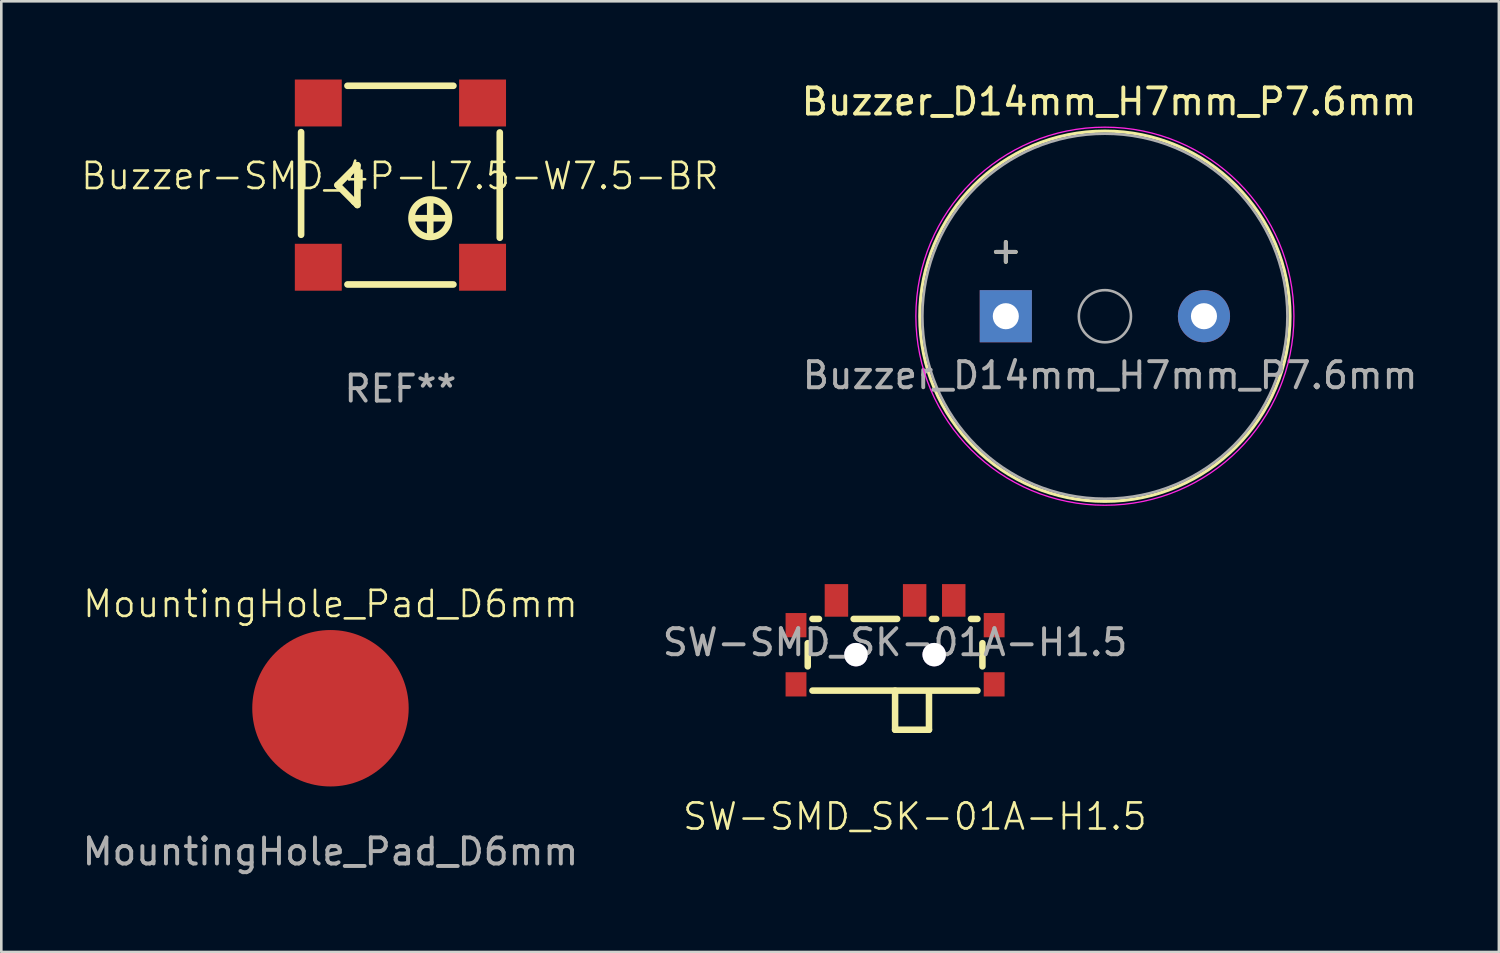
<source format=kicad_pcb>
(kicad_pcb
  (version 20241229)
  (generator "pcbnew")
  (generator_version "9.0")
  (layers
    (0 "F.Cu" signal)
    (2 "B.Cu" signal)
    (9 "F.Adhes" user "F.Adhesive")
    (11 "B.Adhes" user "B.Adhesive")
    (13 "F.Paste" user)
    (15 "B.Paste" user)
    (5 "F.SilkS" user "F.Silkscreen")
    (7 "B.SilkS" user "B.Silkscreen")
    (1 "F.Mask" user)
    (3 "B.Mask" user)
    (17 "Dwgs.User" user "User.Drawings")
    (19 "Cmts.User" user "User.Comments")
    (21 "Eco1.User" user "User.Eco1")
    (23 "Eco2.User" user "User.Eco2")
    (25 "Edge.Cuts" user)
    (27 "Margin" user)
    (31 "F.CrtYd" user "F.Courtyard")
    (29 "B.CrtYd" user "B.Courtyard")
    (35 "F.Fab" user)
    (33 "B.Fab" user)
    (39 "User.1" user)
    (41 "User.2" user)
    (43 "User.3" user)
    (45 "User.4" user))
  (footprint "Buzzer-SMD_4P-L7.5-W7.5-BR"
    (layer "F.Cu")
    (at 12.288 4.201)
    (property "Reference" "Buzzer-SMD_4P-L7.5-W7.5-BR" (at 0 -0.5 0) (unlocked yes) (layer "F.SilkS") (effects (font (size 1 1) (thickness 0.1))))
    (attr smd exclude_from_bom)
    (fp_line (start -3.79 1.754) (end -3.79 -2.183) (stroke (width 0.254) (type solid)) (layer "F.SilkS"))
    (fp_line (start -2.393 -0.151) (end -1.758 0.484) (stroke (width 0.254) (type solid)) (layer "F.SilkS"))
    (fp_line (start -2.012 -3.961) (end 2.052 -3.961) (stroke (width 0.254) (type solid)) (layer "F.SilkS"))
    (fp_line (start -1.758 0.484) (end -1.631 0.611) (stroke (width 0.254) (type solid)) (layer "F.SilkS"))
    (fp_line (start -1.631 -0.913) (end -2.393 -0.151) (stroke (width 0.254) (type solid)) (layer "F.SilkS"))
    (fp_line (start -1.631 0.611) (end -1.631 0.484) (stroke (width 0.254) (type solid)) (layer "F.SilkS"))
    (fp_line (start -1.631 0.484) (end -1.631 -0.913) (stroke (width 0.254) (type solid)) (layer "F.SilkS"))
    (fp_line (start 1.163 1.754) (end 1.163 0.484) (stroke (width 0.254) (type solid)) (layer "F.SilkS"))
    (fp_line (start 1.798 1.119) (end 0.528 1.119) (stroke (width 0.254) (type solid)) (layer "F.SilkS"))
    (fp_line (start 2.052 3.659) (end -2.012 3.659) (stroke (width 0.254) (type solid)) (layer "F.SilkS"))
    (fp_line (start 3.83 -2.17) (end 3.83 1.868) (stroke (width 0.254) (type solid)) (layer "F.SilkS"))
    (fp_circle (center 1.163 1.119) (end 1.881 1.119) (stroke (width 0.254) (type solid)) (fill no) (layer "F.SilkS"))
    (fp_text user "REF**" (at 0.02 7.659 0) (layer "F.Fab") (effects (font (size 1 1) (thickness 0.15))))
    (pad "1" smd rect (at 3.17 2.999) (size 1.8 1.8) (layers "F.Cu" "F.Mask" "F.Paste"))
    (pad "2" smd rect (at 3.17 -3.301) (size 1.8 1.8) (layers "F.Cu" "F.Mask" "F.Paste"))
    (pad "3" smd rect (at -3.13 -3.301) (size 1.8 1.8) (layers "F.Cu" "F.Mask" "F.Paste"))
    (pad "4" smd rect (at -3.13 2.999) (size 1.8 1.8) (layers "F.Cu" "F.Mask" "F.Paste")))
  (footprint "Buzzer_D14mm_H7mm_P7.6mm"
    (layer "F.Cu")
    (at 35.527 9.078)
    (property "Reference" "Buzzer_D14mm_H7mm_P7.6mm" (at 3.96 -8.23 0) (layer "F.SilkS") (effects (font (size 1 1) (thickness 0.15))))
    (attr through_hole)
    (fp_circle (center 3.8 0) (end 10.9 0) (stroke (width 0.12) (type solid)) (fill no) (layer "F.SilkS"))
    (fp_circle (center 3.8 0) (end 11.05 0) (stroke (width 0.05) (type solid)) (fill no) (layer "F.CrtYd"))
    (fp_circle (center 3.8 0) (end 4.8 0) (stroke (width 0.1) (type solid)) (fill no) (layer "F.Fab"))
    (fp_circle (center 3.8 0) (end 10.8 0) (stroke (width 0.1) (type solid)) (fill no) (layer "F.Fab"))
    (fp_text user "+" (at 0 -2.54 0) (layer "F.SilkS") (effects (font (size 1 1) (thickness 0.15))))
    (fp_text user "+" (at 0 -2.54 0) (layer "F.Fab") (effects (font (size 1 1) (thickness 0.15))))
    (fp_text user "${REFERENCE}" (at 4 2.27 0) (layer "F.Fab") (effects (font (size 1 1) (thickness 0.15))))
    (pad "1" thru_hole rect (at 0 0) (size 2 2) (drill 1) (layers "*.Cu" "*.Mask"))
    (pad "2" thru_hole circle (at 7.6 0) (size 2 2) (drill 1) (layers "*.Cu" "*.Mask")))
  (footprint "SW-SMD_SK-01A-H1.5"
    (layer "F.Cu")
    (at 31.36 22.068)
    (property "Reference" "SW-SMD_SK-01A-H1.5" (at 0.68 6.2 0) (unlocked yes) (layer "F.SilkS") (effects (font (size 1 1) (thickness 0.1))))
    (attr smd exclude_from_bom)
    (fp_line (start -3.43 -0.45) (end -3.43 0.44) (stroke (width 0.25) (type solid)) (layer "F.SilkS"))
    (fp_line (start -3.25 -1.38) (end -3 -1.38) (stroke (width 0.25) (type solid)) (layer "F.SilkS"))
    (fp_line (start -3.25 1.37) (end 3.08 1.37) (stroke (width 0.25) (type solid)) (layer "F.SilkS"))
    (fp_line (start -1.67 -1.38) (end 0 -1.38) (stroke (width 0.25) (type solid)) (layer "F.SilkS"))
    (fp_line (start -0.08 2.87) (end -0.08 1.37) (stroke (width 0.25) (type solid)) (layer "F.SilkS"))
    (fp_line (start 1.22 1.49) (end 1.22 2.87) (stroke (width 0.25) (type solid)) (layer "F.SilkS"))
    (fp_line (start 1.22 2.87) (end -0.08 2.87) (stroke (width 0.25) (type solid)) (layer "F.SilkS"))
    (fp_line (start 1.33 -1.38) (end 1.5 -1.38) (stroke (width 0.25) (type solid)) (layer "F.SilkS"))
    (fp_line (start 2.83 -1.38) (end 3.08 -1.38) (stroke (width 0.25) (type solid)) (layer "F.SilkS"))
    (fp_line (start 3.27 -0.45) (end 3.27 0.44) (stroke (width 0.25) (type solid)) (layer "F.SilkS"))
    (fp_text user "${REFERENCE}" (at -0.08 -0.48 0) (layer "F.Fab") (effects (font (size 1 1) (thickness 0.15))))
    (pad "" thru_hole circle (at -1.58 -0.01) (size 0.9 0.9) (drill 0.9) (layers "*.Cu" "*.Mask"))
    (pad "" thru_hole circle (at 1.42 -0.01) (size 0.9 0.9) (drill 0.9) (layers "*.Cu" "*.Mask"))
    (pad "1" smd rect (at -2.33 -2.09 180) (size 0.9 1.25) (layers "F.Cu" "F.Mask" "F.Paste"))
    (pad "2" smd rect (at 0.67 -2.09 180) (size 0.9 1.25) (layers "F.Cu" "F.Mask" "F.Paste"))
    (pad "3" smd rect (at 2.17 -2.09 180) (size 0.9 1.25) (layers "F.Cu" "F.Mask" "F.Paste"))
    (pad "4" smd rect (at 3.72 -1.14 180) (size 0.8 0.93) (layers "F.Cu" "F.Mask" "F.Paste"))
    (pad "5" smd rect (at 3.72 1.13 180) (size 0.8 0.93) (layers "F.Cu" "F.Mask" "F.Paste"))
    (pad "6" smd rect (at -3.88 1.13 180) (size 0.8 0.93) (layers "F.Cu" "F.Mask" "F.Paste"))
    (pad "7" smd rect (at -3.88 -1.14 180) (size 0.8 0.93) (layers "F.Cu" "F.Mask" "F.Paste")))
  (footprint "MountingHole_Pad_D6mm"
    (layer "F.Cu")
    (at 9.625 24.114)
    (property "Reference" "MountingHole_Pad_D6mm" (at 0 -4 0) (unlocked yes) (layer "F.SilkS") (effects (font (size 1 1) (thickness 0.1))))
    (attr smd exclude_from_bom)
    (fp_text user "${REFERENCE}" (at 0 5.5 0) (unlocked yes) (layer "F.Fab") (effects (font (size 1 1) (thickness 0.15))))
    (pad "1" smd circle (at 0 0) (size 6 6) (layers "F.Cu" "F.Mask")))
  (gr_rect
    (start -3 -3)
    (end 54.438 33.462)
    (stroke (width 0.1) (type default))
    (fill no)
    (layer "Edge.Cuts")))
</source>
